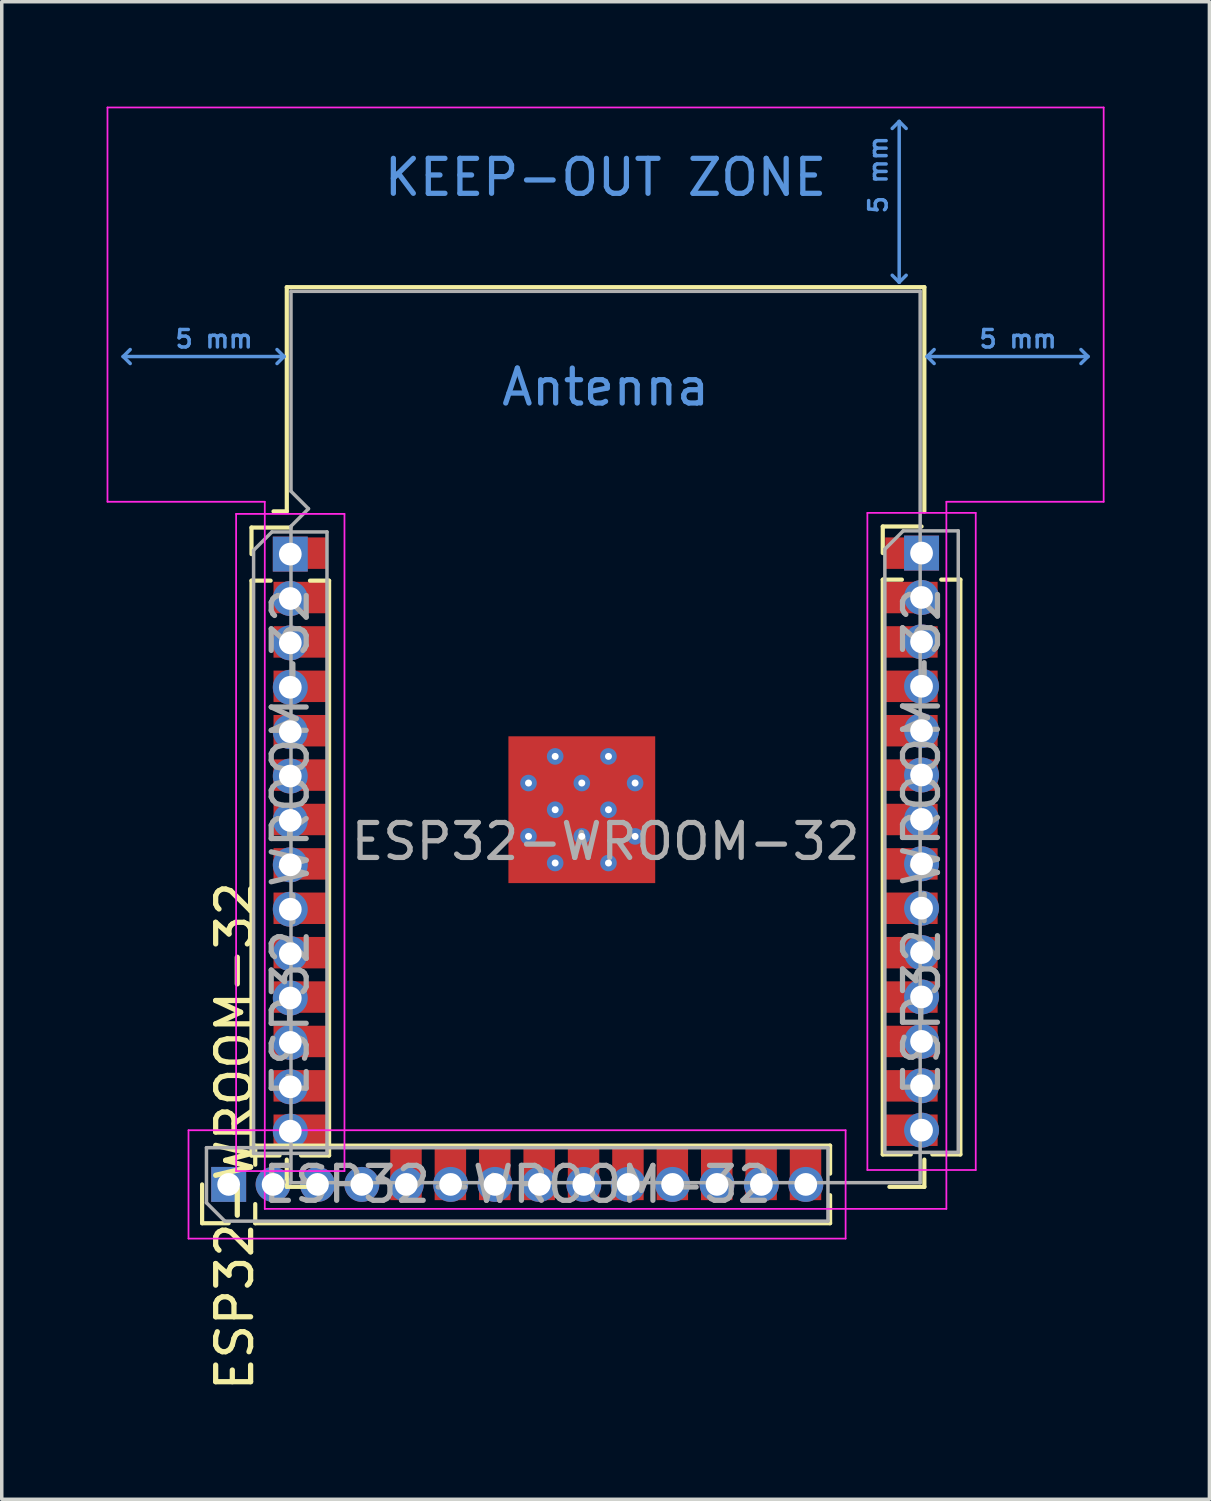
<source format=kicad_pcb>
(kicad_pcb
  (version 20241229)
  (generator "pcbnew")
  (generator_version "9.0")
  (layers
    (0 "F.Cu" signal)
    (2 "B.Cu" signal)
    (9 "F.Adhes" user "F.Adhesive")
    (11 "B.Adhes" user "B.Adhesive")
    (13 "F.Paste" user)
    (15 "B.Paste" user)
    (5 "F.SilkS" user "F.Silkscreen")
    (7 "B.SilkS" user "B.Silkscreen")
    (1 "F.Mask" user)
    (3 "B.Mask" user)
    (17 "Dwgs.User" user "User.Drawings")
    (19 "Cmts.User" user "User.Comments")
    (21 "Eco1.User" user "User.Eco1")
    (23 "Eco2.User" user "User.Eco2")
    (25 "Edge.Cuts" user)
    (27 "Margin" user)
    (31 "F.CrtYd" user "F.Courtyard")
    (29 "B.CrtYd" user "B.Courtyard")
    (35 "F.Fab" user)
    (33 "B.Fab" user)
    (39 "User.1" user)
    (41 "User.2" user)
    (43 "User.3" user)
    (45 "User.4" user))
  (footprint "ESP32-WROOM-32"
    (layer "F.Cu")
    (at 14.275 21.025)
    (property "Reference" "ESP32-WROOM-32" (at -10.61 8.43 90) (layer "F.SilkS") (effects (font (size 1 1) (thickness 0.15))))
    (attr smd)
    (fp_line (start -11.543 10.92) (end -11.543 9.81) (stroke (width 0.12) (type solid)) (layer "F.SilkS"))
    (fp_line (start -10.783 10.92) (end -11.543 10.92) (stroke (width 0.12) (type solid)) (layer "F.SilkS"))
    (fp_line (start -10.13 -8.982) (end -9.02 -8.982) (stroke (width 0.12) (type solid)) (layer "F.SilkS"))
    (fp_line (start -10.13 -8.223) (end -10.13 -8.982) (stroke (width 0.12) (type solid)) (layer "F.SilkS"))
    (fp_line (start -10.13 -7.463) (end -10.13 8.982) (stroke (width 0.12) (type solid)) (layer "F.SilkS"))
    (fp_line (start -10.13 -7.463) (end -9.583 -7.463) (stroke (width 0.12) (type solid)) (layer "F.SilkS"))
    (fp_line (start -10.13 8.982) (end -9.328 8.982) (stroke (width 0.12) (type solid)) (layer "F.SilkS"))
    (fp_line (start -10.023 8.7) (end 6.423 8.7) (stroke (width 0.12) (type solid)) (layer "F.SilkS"))
    (fp_line (start -10.023 9.247) (end -10.023 8.7) (stroke (width 0.12) (type solid)) (layer "F.SilkS"))
    (fp_line (start -10.023 10.92) (end -10.023 10.373) (stroke (width 0.12) (type solid)) (layer "F.SilkS"))
    (fp_line (start -10.023 10.92) (end 6.423 10.92) (stroke (width 0.12) (type solid)) (layer "F.SilkS"))
    (fp_line (start -9.12 -15.86) (end -9.12 -9.445) (stroke (width 0.12) (type solid)) (layer "F.SilkS"))
    (fp_line (start -9.12 -15.86) (end 9.12 -15.86) (stroke (width 0.12) (type solid)) (layer "F.SilkS"))
    (fp_line (start -9.12 -9.445) (end -9.5 -9.445) (stroke (width 0.12) (type solid)) (layer "F.SilkS"))
    (fp_line (start -9.12 9.1) (end -9.12 9.88) (stroke (width 0.12) (type solid)) (layer "F.SilkS"))
    (fp_line (start -9.12 9.88) (end -8.12 9.88) (stroke (width 0.12) (type solid)) (layer "F.SilkS"))
    (fp_line (start -8.712 8.982) (end -7.91 8.982) (stroke (width 0.12) (type solid)) (layer "F.SilkS"))
    (fp_line (start -8.457 -7.463) (end -7.91 -7.463) (stroke (width 0.12) (type solid)) (layer "F.SilkS"))
    (fp_line (start -7.91 -7.463) (end -7.91 8.982) (stroke (width 0.12) (type solid)) (layer "F.SilkS"))
    (fp_line (start 6.423 9.502) (end 6.423 8.7) (stroke (width 0.12) (type solid)) (layer "F.SilkS"))
    (fp_line (start 6.423 10.92) (end 6.423 10.118) (stroke (width 0.12) (type solid)) (layer "F.SilkS"))
    (fp_line (start 7.93 -9.012) (end 9.04 -9.012) (stroke (width 0.12) (type solid)) (layer "F.SilkS"))
    (fp_line (start 7.93 -8.252) (end 7.93 -9.012) (stroke (width 0.12) (type solid)) (layer "F.SilkS"))
    (fp_line (start 7.93 -7.492) (end 7.93 8.953) (stroke (width 0.12) (type solid)) (layer "F.SilkS"))
    (fp_line (start 7.93 -7.492) (end 8.477 -7.492) (stroke (width 0.12) (type solid)) (layer "F.SilkS"))
    (fp_line (start 7.93 8.953) (end 8.732 8.953) (stroke (width 0.12) (type solid)) (layer "F.SilkS"))
    (fp_line (start 9.12 -15.86) (end 9.12 -9.445) (stroke (width 0.12) (type solid)) (layer "F.SilkS"))
    (fp_line (start 9.12 9.1) (end 9.12 9.88) (stroke (width 0.12) (type solid)) (layer "F.SilkS"))
    (fp_line (start 9.12 9.88) (end 8.12 9.88) (stroke (width 0.12) (type solid)) (layer "F.SilkS"))
    (fp_line (start 9.348 8.953) (end 10.15 8.953) (stroke (width 0.12) (type solid)) (layer "F.SilkS"))
    (fp_line (start 9.603 -7.492) (end 10.15 -7.492) (stroke (width 0.12) (type solid)) (layer "F.SilkS"))
    (fp_line (start 10.15 -7.492) (end 10.15 8.953) (stroke (width 0.12) (type solid)) (layer "F.SilkS"))
    (fp_line (start -13.8 -13.875) (end -13.6 -14.075) (stroke (width 0.1) (type solid)) (layer "Cmts.User"))
    (fp_line (start -13.8 -13.875) (end -13.6 -13.675) (stroke (width 0.1) (type solid)) (layer "Cmts.User"))
    (fp_line (start -13.8 -13.875) (end -9.2 -13.875) (stroke (width 0.1) (type solid)) (layer "Cmts.User"))
    (fp_line (start -9.2 -13.875) (end -9.4 -14.075) (stroke (width 0.1) (type solid)) (layer "Cmts.User"))
    (fp_line (start -9.2 -13.875) (end -9.4 -13.675) (stroke (width 0.1) (type solid)) (layer "Cmts.User"))
    (fp_line (start 8.4 -20.6) (end 8.2 -20.4) (stroke (width 0.1) (type solid)) (layer "Cmts.User"))
    (fp_line (start 8.4 -20.6) (end 8.6 -20.4) (stroke (width 0.1) (type solid)) (layer "Cmts.User"))
    (fp_line (start 8.4 -16) (end 8.2 -16.2) (stroke (width 0.1) (type solid)) (layer "Cmts.User"))
    (fp_line (start 8.4 -16) (end 8.4 -20.6) (stroke (width 0.1) (type solid)) (layer "Cmts.User"))
    (fp_line (start 8.4 -16) (end 8.6 -16.2) (stroke (width 0.1) (type solid)) (layer "Cmts.User"))
    (fp_line (start 9.2 -13.875) (end 9.4 -14.075) (stroke (width 0.1) (type solid)) (layer "Cmts.User"))
    (fp_line (start 9.2 -13.875) (end 9.4 -13.675) (stroke (width 0.1) (type solid)) (layer "Cmts.User"))
    (fp_line (start 9.2 -13.875) (end 13.8 -13.875) (stroke (width 0.1) (type solid)) (layer "Cmts.User"))
    (fp_line (start 13.8 -13.875) (end 13.6 -14.075) (stroke (width 0.1) (type solid)) (layer "Cmts.User"))
    (fp_line (start 13.8 -13.875) (end 13.6 -13.675) (stroke (width 0.1) (type solid)) (layer "Cmts.User"))
    (fp_line (start -14.25 -21) (end -14.25 -9.72) (stroke (width 0.05) (type solid)) (layer "F.CrtYd"))
    (fp_line (start -14.25 -21) (end 14.25 -21) (stroke (width 0.05) (type solid)) (layer "F.CrtYd"))
    (fp_line (start -14.25 -9.72) (end -9.75 -9.72) (stroke (width 0.05) (type solid)) (layer "F.CrtYd"))
    (fp_line (start -11.932 8.26) (end -11.932 11.36) (stroke (width 0.05) (type solid)) (layer "F.CrtYd"))
    (fp_line (start -11.932 11.36) (end 6.867 11.36) (stroke (width 0.05) (type solid)) (layer "F.CrtYd"))
    (fp_line (start -10.57 -9.373) (end -10.57 9.428) (stroke (width 0.05) (type solid)) (layer "F.CrtYd"))
    (fp_line (start -10.57 9.428) (end -7.47 9.428) (stroke (width 0.05) (type solid)) (layer "F.CrtYd"))
    (fp_line (start -9.75 10.51) (end -9.75 -9.72) (stroke (width 0.05) (type solid)) (layer "F.CrtYd"))
    (fp_line (start -9.75 10.51) (end 9.75 10.51) (stroke (width 0.05) (type solid)) (layer "F.CrtYd"))
    (fp_line (start -7.47 -9.373) (end -10.57 -9.373) (stroke (width 0.05) (type solid)) (layer "F.CrtYd"))
    (fp_line (start -7.47 9.428) (end -7.47 -9.373) (stroke (width 0.05) (type solid)) (layer "F.CrtYd"))
    (fp_line (start 6.867 8.26) (end -11.932 8.26) (stroke (width 0.05) (type solid)) (layer "F.CrtYd"))
    (fp_line (start 6.867 11.36) (end 6.867 8.26) (stroke (width 0.05) (type solid)) (layer "F.CrtYd"))
    (fp_line (start 7.49 -9.402) (end 7.49 9.398) (stroke (width 0.05) (type solid)) (layer "F.CrtYd"))
    (fp_line (start 7.49 9.398) (end 10.59 9.398) (stroke (width 0.05) (type solid)) (layer "F.CrtYd"))
    (fp_line (start 9.75 -9.72) (end 9.75 10.51) (stroke (width 0.05) (type solid)) (layer "F.CrtYd"))
    (fp_line (start 9.75 -9.72) (end 14.25 -9.72) (stroke (width 0.05) (type solid)) (layer "F.CrtYd"))
    (fp_line (start 10.59 -9.402) (end 7.49 -9.402) (stroke (width 0.05) (type solid)) (layer "F.CrtYd"))
    (fp_line (start 10.59 9.398) (end 10.59 -9.402) (stroke (width 0.05) (type solid)) (layer "F.CrtYd"))
    (fp_line (start 14.25 -21) (end 14.25 -9.72) (stroke (width 0.05) (type solid)) (layer "F.CrtYd"))
    (fp_line (start -11.418 8.76) (end 6.362 8.76) (stroke (width 0.1) (type solid)) (layer "F.Fab"))
    (fp_line (start -11.418 10.335) (end -11.418 8.76) (stroke (width 0.1) (type solid)) (layer "F.Fab"))
    (fp_line (start -10.893 10.86) (end -11.418 10.335) (stroke (width 0.1) (type solid)) (layer "F.Fab"))
    (fp_line (start -10.07 -8.332) (end -9.545 -8.857) (stroke (width 0.1) (type solid)) (layer "F.Fab"))
    (fp_line (start -10.07 8.922) (end -10.07 -8.332) (stroke (width 0.1) (type solid)) (layer "F.Fab"))
    (fp_line (start -9.545 -8.857) (end -7.97 -8.857) (stroke (width 0.1) (type solid)) (layer "F.Fab"))
    (fp_line (start -9 -15.74) (end -9 -10.02) (stroke (width 0.1) (type solid)) (layer "F.Fab"))
    (fp_line (start -9 -15.74) (end 9 -15.74) (stroke (width 0.1) (type solid)) (layer "F.Fab"))
    (fp_line (start -9 -9.02) (end -9 9.76) (stroke (width 0.1) (type solid)) (layer "F.Fab"))
    (fp_line (start -9 -9.02) (end -8.5 -9.52) (stroke (width 0.1) (type solid)) (layer "F.Fab"))
    (fp_line (start -9 9.76) (end 9 9.76) (stroke (width 0.1) (type solid)) (layer "F.Fab"))
    (fp_line (start -8.5 -9.52) (end -9 -10.02) (stroke (width 0.1) (type solid)) (layer "F.Fab"))
    (fp_line (start -7.97 -8.857) (end -7.97 8.922) (stroke (width 0.1) (type solid)) (layer "F.Fab"))
    (fp_line (start -7.97 8.922) (end -10.07 8.922) (stroke (width 0.1) (type solid)) (layer "F.Fab"))
    (fp_line (start 6.362 8.76) (end 6.362 10.86) (stroke (width 0.1) (type solid)) (layer "F.Fab"))
    (fp_line (start 6.362 10.86) (end -10.893 10.86) (stroke (width 0.1) (type solid)) (layer "F.Fab"))
    (fp_line (start 7.99 -8.363) (end 8.515 -8.887) (stroke (width 0.1) (type solid)) (layer "F.Fab"))
    (fp_line (start 7.99 8.893) (end 7.99 -8.363) (stroke (width 0.1) (type solid)) (layer "F.Fab"))
    (fp_line (start 8.515 -8.887) (end 10.09 -8.887) (stroke (width 0.1) (type solid)) (layer "F.Fab"))
    (fp_line (start 9 9.76) (end 9 -15.74) (stroke (width 0.1) (type solid)) (layer "F.Fab"))
    (fp_line (start 10.09 -8.887) (end 10.09 8.893) (stroke (width 0.1) (type solid)) (layer "F.Fab"))
    (fp_line (start 10.09 8.893) (end 7.99 8.893) (stroke (width 0.1) (type solid)) (layer "F.Fab"))
    (fp_text user "Antenna" (at 0 -13 0) (layer "Cmts.User") (effects (font (size 1 1) (thickness 0.15))))
    (fp_text user "5 mm" (at 7.8 -19.075 90) (layer "Cmts.User") (effects (font (size 0.5 0.5) (thickness 0.1))))
    (fp_text user "5 mm" (at -11.2 -14.375 0) (layer "Cmts.User") (effects (font (size 0.5 0.5) (thickness 0.1))))
    (fp_text user "KEEP-OUT ZONE" (at 0 -19 0) (layer "Cmts.User") (effects (font (size 1 1) (thickness 0.15))))
    (fp_text user "5 mm" (at 11.8 -14.375 0) (layer "Cmts.User") (effects (font (size 0.5 0.5) (thickness 0.1))))
    (fp_text user "${REFERENCE}" (at 9.04 0.003 90) (layer "F.Fab") (effects (font (size 1 1) (thickness 0.15))))
    (fp_text user "${REFERENCE}" (at -9.02 0.033 90) (layer "F.Fab") (effects (font (size 1 1) (thickness 0.15))))
    (fp_text user "${REFERENCE}" (at 0 0 0) (layer "F.Fab") (effects (font (size 1 1) (thickness 0.15))))
    (fp_text user "${REFERENCE}" (at -2.527 9.81 180) (layer "F.Fab") (effects (font (size 1 1) (thickness 0.15))))
    (pad "1" thru_hole rect (at -10.783 9.81 90) (size 1 1) (drill 0.65) (layers "*.Cu" "*.Mask"))
    (pad "1" thru_hole rect (at -9.02 -8.223) (size 1 1) (drill 0.65) (layers "*.Cu" "*.Mask"))
    (pad "1" smd rect (at -8.75 -8.25) (size 1.5 0.9) (layers "F.Cu" "F.Mask" "F.Paste"))
    (pad "1" thru_hole rect (at 9.04 -8.252) (size 1 1) (drill 0.65) (layers "*.Cu" "*.Mask"))
    (pad "2" thru_hole oval (at -9.512 9.81 90) (size 1 1) (drill 0.65) (layers "*.Cu" "*.Mask"))
    (pad "2" thru_hole oval (at -9.02 -6.952) (size 1 1) (drill 0.65) (layers "*.Cu" "*.Mask"))
    (pad "2" smd rect (at -8.75 -6.98) (size 1.5 0.9) (layers "F.Cu" "F.Mask" "F.Paste"))
    (pad "2" thru_hole oval (at 9.04 -6.982) (size 1 1) (drill 0.65) (layers "*.Cu" "*.Mask"))
    (pad "3" thru_hole oval (at -9.02 -5.683) (size 1 1) (drill 0.65) (layers "*.Cu" "*.Mask"))
    (pad "3" smd rect (at -8.75 -5.71) (size 1.5 0.9) (layers "F.Cu" "F.Mask" "F.Paste"))
    (pad "3" thru_hole oval (at -8.242 9.81 90) (size 1 1) (drill 0.65) (layers "*.Cu" "*.Mask"))
    (pad "3" thru_hole oval (at 9.04 -5.713) (size 1 1) (drill 0.65) (layers "*.Cu" "*.Mask"))
    (pad "4" thru_hole oval (at -9.02 -4.412) (size 1 1) (drill 0.65) (layers "*.Cu" "*.Mask"))
    (pad "4" smd rect (at -8.75 -4.44) (size 1.5 0.9) (layers "F.Cu" "F.Mask" "F.Paste"))
    (pad "4" thru_hole oval (at -6.973 9.81 90) (size 1 1) (drill 0.65) (layers "*.Cu" "*.Mask"))
    (pad "4" thru_hole oval (at 9.04 -4.442) (size 1 1) (drill 0.65) (layers "*.Cu" "*.Mask"))
    (pad "5" thru_hole oval (at -9.02 -3.143) (size 1 1) (drill 0.65) (layers "*.Cu" "*.Mask"))
    (pad "5" smd rect (at -8.75 -3.17) (size 1.5 0.9) (layers "F.Cu" "F.Mask" "F.Paste"))
    (pad "5" thru_hole oval (at -5.702 9.81 90) (size 1 1) (drill 0.65) (layers "*.Cu" "*.Mask"))
    (pad "5" thru_hole oval (at 9.04 -3.172) (size 1 1) (drill 0.65) (layers "*.Cu" "*.Mask"))
    (pad "6" thru_hole oval (at -9.02 -1.873) (size 1 1) (drill 0.65) (layers "*.Cu" "*.Mask"))
    (pad "6" smd rect (at -8.75 -1.9) (size 1.5 0.9) (layers "F.Cu" "F.Mask" "F.Paste"))
    (pad "6" thru_hole oval (at -4.433 9.81 90) (size 1 1) (drill 0.65) (layers "*.Cu" "*.Mask"))
    (pad "6" thru_hole oval (at 9.04 -1.903) (size 1 1) (drill 0.65) (layers "*.Cu" "*.Mask"))
    (pad "7" thru_hole oval (at -9.02 -0.603) (size 1 1) (drill 0.65) (layers "*.Cu" "*.Mask"))
    (pad "7" smd rect (at -8.75 -0.63) (size 1.5 0.9) (layers "F.Cu" "F.Mask" "F.Paste"))
    (pad "7" thru_hole oval (at -3.163 9.81 90) (size 1 1) (drill 0.65) (layers "*.Cu" "*.Mask"))
    (pad "7" thru_hole oval (at 9.04 -0.632) (size 1 1) (drill 0.65) (layers "*.Cu" "*.Mask"))
    (pad "8" thru_hole oval (at -9.02 0.667) (size 1 1) (drill 0.65) (layers "*.Cu" "*.Mask"))
    (pad "8" smd rect (at -8.75 0.64) (size 1.5 0.9) (layers "F.Cu" "F.Mask" "F.Paste"))
    (pad "8" thru_hole oval (at -1.893 9.81 90) (size 1 1) (drill 0.65) (layers "*.Cu" "*.Mask"))
    (pad "8" thru_hole oval (at 9.04 0.637) (size 1 1) (drill 0.65) (layers "*.Cu" "*.Mask"))
    (pad "9" thru_hole oval (at -9.02 1.938) (size 1 1) (drill 0.65) (layers "*.Cu" "*.Mask"))
    (pad "9" smd rect (at -8.75 1.91) (size 1.5 0.9) (layers "F.Cu" "F.Mask" "F.Paste"))
    (pad "9" thru_hole oval (at -0.623 9.81 90) (size 1 1) (drill 0.65) (layers "*.Cu" "*.Mask"))
    (pad "9" thru_hole oval (at 9.04 1.907) (size 1 1) (drill 0.65) (layers "*.Cu" "*.Mask"))
    (pad "10" thru_hole oval (at -9.02 3.208) (size 1 1) (drill 0.65) (layers "*.Cu" "*.Mask"))
    (pad "10" smd rect (at -8.75 3.18) (size 1.5 0.9) (layers "F.Cu" "F.Mask" "F.Paste"))
    (pad "10" thru_hole oval (at 0.647 9.81 90) (size 1 1) (drill 0.65) (layers "*.Cu" "*.Mask"))
    (pad "10" thru_hole oval (at 9.04 3.178) (size 1 1) (drill 0.65) (layers "*.Cu" "*.Mask"))
    (pad "11" thru_hole oval (at -9.02 4.478) (size 1 1) (drill 0.65) (layers "*.Cu" "*.Mask"))
    (pad "11" smd rect (at -8.75 4.45) (size 1.5 0.9) (layers "F.Cu" "F.Mask" "F.Paste"))
    (pad "11" thru_hole oval (at 1.917 9.81 90) (size 1 1) (drill 0.65) (layers "*.Cu" "*.Mask"))
    (pad "11" thru_hole oval (at 9.04 4.447) (size 1 1) (drill 0.65) (layers "*.Cu" "*.Mask"))
    (pad "12" thru_hole oval (at -9.02 5.747) (size 1 1) (drill 0.65) (layers "*.Cu" "*.Mask"))
    (pad "12" smd rect (at -8.75 5.72) (size 1.5 0.9) (layers "F.Cu" "F.Mask" "F.Paste"))
    (pad "12" thru_hole oval (at 3.188 9.81 90) (size 1 1) (drill 0.65) (layers "*.Cu" "*.Mask"))
    (pad "12" thru_hole oval (at 9.04 5.718) (size 1 1) (drill 0.65) (layers "*.Cu" "*.Mask"))
    (pad "13" thru_hole oval (at -9.02 7.018) (size 1 1) (drill 0.65) (layers "*.Cu" "*.Mask"))
    (pad "13" smd rect (at -8.75 6.99) (size 1.5 0.9) (layers "F.Cu" "F.Mask" "F.Paste"))
    (pad "13" thru_hole oval (at 4.457 9.81 90) (size 1 1) (drill 0.65) (layers "*.Cu" "*.Mask"))
    (pad "13" thru_hole oval (at 9.04 6.987) (size 1 1) (drill 0.65) (layers "*.Cu" "*.Mask"))
    (pad "14" thru_hole oval (at -9.02 8.287) (size 1 1) (drill 0.65) (layers "*.Cu" "*.Mask"))
    (pad "14" smd rect (at -8.75 8.26) (size 1.5 0.9) (layers "F.Cu" "F.Mask" "F.Paste"))
    (pad "14" thru_hole oval (at 5.728 9.81 90) (size 1 1) (drill 0.65) (layers "*.Cu" "*.Mask"))
    (pad "14" thru_hole oval (at 9.04 8.258) (size 1 1) (drill 0.65) (layers "*.Cu" "*.Mask"))
    (pad "15" smd rect (at -5.71 9.51 90) (size 1.5 0.9) (layers "F.Cu" "F.Mask" "F.Paste"))
    (pad "16" smd rect (at -4.44 9.51 90) (size 1.5 0.9) (layers "F.Cu" "F.Mask" "F.Paste"))
    (pad "17" smd rect (at -3.17 9.51 90) (size 1.5 0.9) (layers "F.Cu" "F.Mask" "F.Paste"))
    (pad "18" smd rect (at -1.9 9.51 90) (size 1.5 0.9) (layers "F.Cu" "F.Mask" "F.Paste"))
    (pad "19" smd rect (at -0.63 9.51 90) (size 1.5 0.9) (layers "F.Cu" "F.Mask" "F.Paste"))
    (pad "20" smd rect (at 0.64 9.51 90) (size 1.5 0.9) (layers "F.Cu" "F.Mask" "F.Paste"))
    (pad "21" smd rect (at 1.91 9.51 90) (size 1.5 0.9) (layers "F.Cu" "F.Mask" "F.Paste"))
    (pad "22" smd rect (at 3.18 9.51 90) (size 1.5 0.9) (layers "F.Cu" "F.Mask" "F.Paste"))
    (pad "23" smd rect (at 4.45 9.51 90) (size 1.5 0.9) (layers "F.Cu" "F.Mask" "F.Paste"))
    (pad "24" smd rect (at 5.72 9.51 90) (size 1.5 0.9) (layers "F.Cu" "F.Mask" "F.Paste"))
    (pad "25" smd rect (at 8.75 8.26) (size 1.5 0.9) (layers "F.Cu" "F.Mask" "F.Paste"))
    (pad "26" smd rect (at 8.75 6.99) (size 1.5 0.9) (layers "F.Cu" "F.Mask" "F.Paste"))
    (pad "27" smd rect (at 8.75 5.72) (size 1.5 0.9) (layers "F.Cu" "F.Mask" "F.Paste"))
    (pad "28" smd rect (at 8.75 4.45) (size 1.5 0.9) (layers "F.Cu" "F.Mask" "F.Paste"))
    (pad "29" smd rect (at 8.75 3.18) (size 1.5 0.9) (layers "F.Cu" "F.Mask" "F.Paste"))
    (pad "30" smd rect (at 8.75 1.91) (size 1.5 0.9) (layers "F.Cu" "F.Mask" "F.Paste"))
    (pad "31" smd rect (at 8.75 0.64) (size 1.5 0.9) (layers "F.Cu" "F.Mask" "F.Paste"))
    (pad "32" smd rect (at 8.75 -0.63) (size 1.5 0.9) (layers "F.Cu" "F.Mask" "F.Paste"))
    (pad "33" smd rect (at 8.75 -1.9) (size 1.5 0.9) (layers "F.Cu" "F.Mask" "F.Paste"))
    (pad "34" smd rect (at 8.75 -3.17) (size 1.5 0.9) (layers "F.Cu" "F.Mask" "F.Paste"))
    (pad "35" smd rect (at 8.75 -4.44) (size 1.5 0.9) (layers "F.Cu" "F.Mask" "F.Paste"))
    (pad "36" smd rect (at 8.75 -5.71) (size 1.5 0.9) (layers "F.Cu" "F.Mask" "F.Paste"))
    (pad "37" smd rect (at 8.75 -6.98) (size 1.5 0.9) (layers "F.Cu" "F.Mask" "F.Paste"))
    (pad "38" smd rect (at 8.75 -8.25) (size 1.5 0.9) (layers "F.Cu" "F.Mask" "F.Paste"))
    (pad "39" smd rect (at -2.205 -2.435) (size 1.05 1.05) (layers "F.Cu" "F.Paste"))
    (pad "39" thru_hole circle (at -2.205 -1.673) (size 0.475 0.475) (drill 0.2) (layers "*.Cu" "F.Mask"))
    (pad "39" smd rect (at -2.205 -0.91) (size 1.05 1.05) (layers "F.Cu" "F.Paste"))
    (pad "39" thru_hole circle (at -2.205 -0.147) (size 0.475 0.475) (drill 0.2) (layers "*.Cu" "F.Mask"))
    (pad "39" smd rect (at -2.205 0.615) (size 1.05 1.05) (layers "F.Cu" "F.Paste"))
    (pad "39" thru_hole circle (at -1.442 -2.435) (size 0.475 0.475) (drill 0.2) (layers "*.Cu" "F.Mask"))
    (pad "39" thru_hole circle (at -1.442 -0.91) (size 0.475 0.475) (drill 0.2) (layers "*.Cu" "F.Mask"))
    (pad "39" thru_hole circle (at -1.442 0.615) (size 0.475 0.475) (drill 0.2) (layers "*.Cu" "F.Mask"))
    (pad "39" smd rect (at -0.68 -2.435) (size 1.05 1.05) (layers "F.Cu" "F.Paste"))
    (pad "39" thru_hole circle (at -0.68 -1.673) (size 0.475 0.475) (drill 0.2) (layers "*.Cu" "F.Mask"))
    (pad "39" smd rect (at -0.68 -0.91) (size 1.05 1.05) (layers "F.Cu" "F.Paste"))
    (pad "39" smd rect (at -0.68 -0.91) (size 4.2 4.2) (layers "F.Cu" "F.Mask"))
    (pad "39" thru_hole circle (at -0.68 -0.147) (size 0.475 0.475) (drill 0.2) (layers "*.Cu" "F.Mask"))
    (pad "39" smd rect (at -0.68 0.615) (size 1.05 1.05) (layers "F.Cu" "F.Paste"))
    (pad "39" thru_hole circle (at 0.083 -2.435) (size 0.475 0.475) (drill 0.2) (layers "*.Cu" "F.Mask"))
    (pad "39" thru_hole circle (at 0.083 -0.91) (size 0.475 0.475) (drill 0.2) (layers "*.Cu" "F.Mask"))
    (pad "39" thru_hole circle (at 0.083 0.615) (size 0.475 0.475) (drill 0.2) (layers "*.Cu" "F.Mask"))
    (pad "39" smd rect (at 0.845 -2.435) (size 1.05 1.05) (layers "F.Cu" "F.Paste"))
    (pad "39" thru_hole circle (at 0.845 -1.673) (size 0.475 0.475) (drill 0.2) (layers "*.Cu" "F.Mask"))
    (pad "39" smd rect (at 0.845 -0.91) (size 1.05 1.05) (layers "F.Cu" "F.Paste"))
    (pad "39" thru_hole circle (at 0.845 -0.147) (size 0.475 0.475) (drill 0.2) (layers "*.Cu" "F.Mask"))
    (pad "39" smd rect (at 0.845 0.615) (size 1.05 1.05) (layers "F.Cu" "F.Paste"))
    (zone (net_name "") (layers "F.Cu" "B.Cu") (hatch full 0.508) (connect_pads) (min_thickness 0.254) (filled_areas_thickness no) (keepout (tracks not_allowed) (vias not_allowed) (pads not_allowed) (copperpour not_allowed) (footprints not_allowed)) (placement (enabled no)) (fill) (polygon (pts (xy 0.275 11.055) (xy 28.275 11.055) (xy 28.275 0.275) (xy 0.275 0.275)))))
  (gr_rect
    (start -3 -3)
    (end 31.55 39.842)
    (stroke (width 0.1) (type default))
    (fill no)
    (layer "Edge.Cuts")))
</source>
